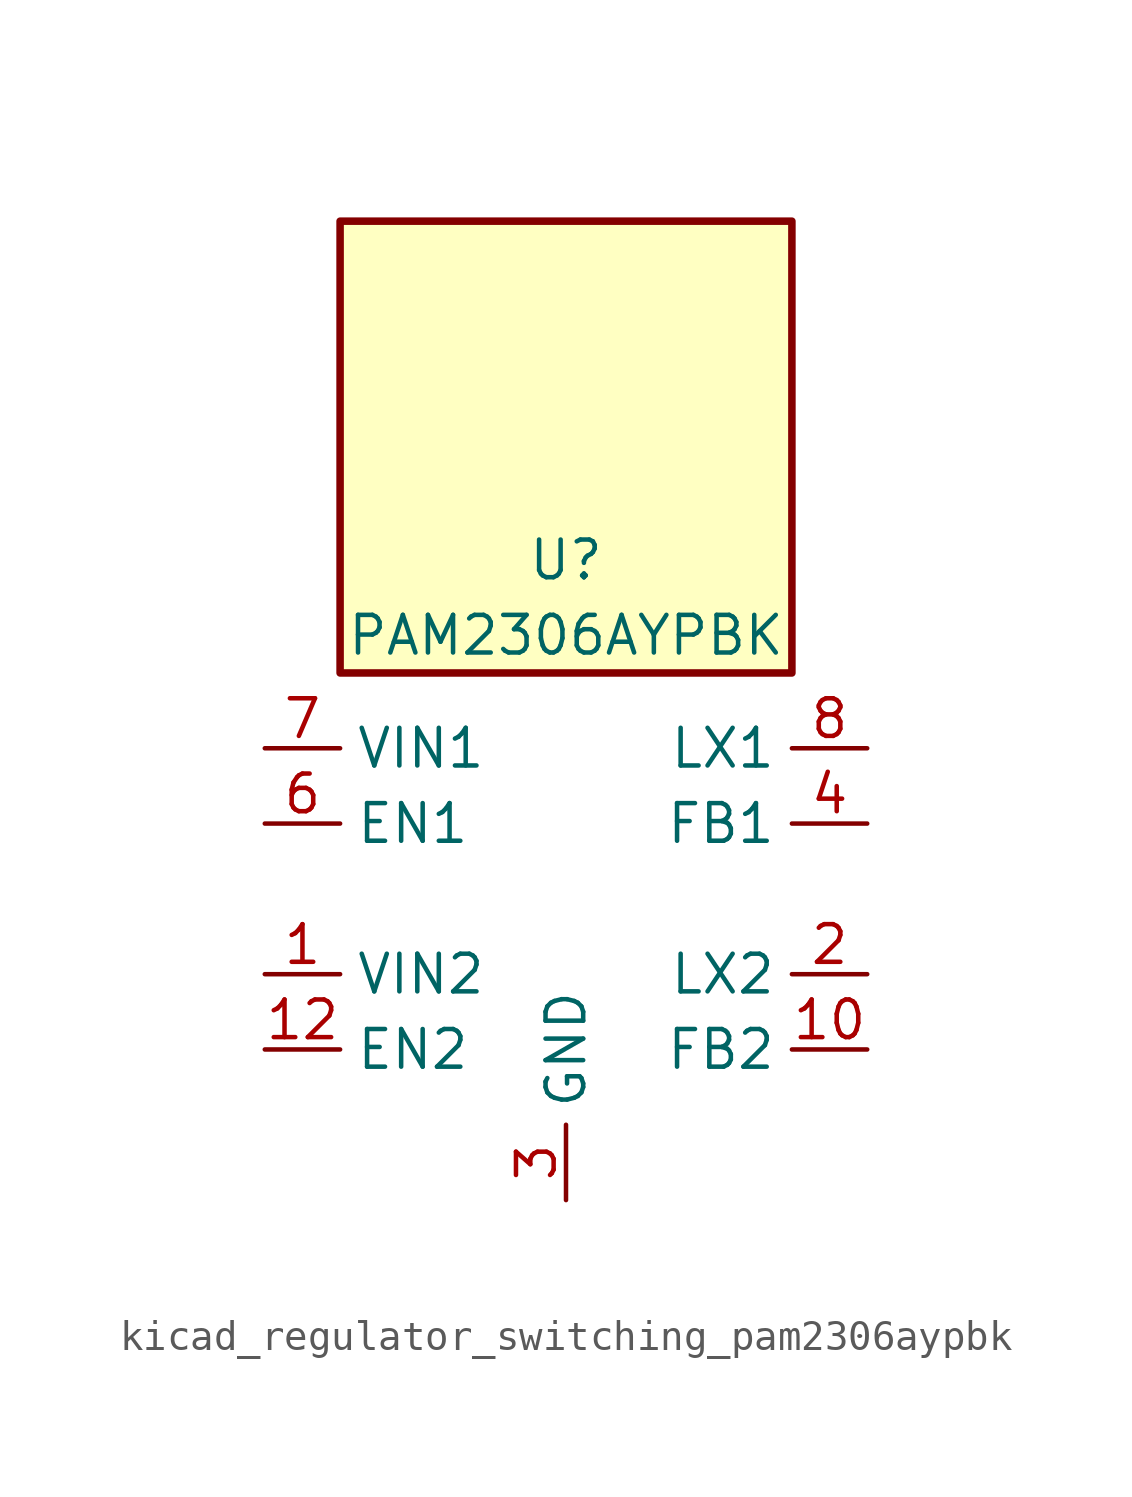
<source format=kicad_sym>
(kicad_symbol_lib
  (version 20220914)
  (generator kicad_symbol_editor)
  (symbol "kicad_regulator_switching_pam2306aypbk"
    (property "Reference" "U"
      (at 0 11.43 0)
      (effects (font (size 1.27 1.27))))
    (property "Value" "PAM2306AYPBK"
      (at 0 8.89 0)
      (effects (font (size 1.27 1.27))))
    (symbol "kicad_regulator_switching_pam2306aypbk_0_1"
      (rectangle (start 7.62 22.86) (end -7.62 7.62) (stroke (width 0.254) (type default)) (fill (type background))))
    (symbol "kicad_regulator_switching_pam2306aypbk_1_1"
      (pin power_in line (at -10.16 -2.54 0) (length 2.54) (name "VIN2" (effects (font (size 1.27 1.27)))) (number "1" (effects (font (size 1.27 1.27)))))
      (pin input line (at 10.16 -5.08 180) (length 2.54) (name "FB2" (effects (font (size 1.27 1.27)))) (number "10" (effects (font (size 1.27 1.27)))))
      (pin no_connect line (at 7.62 0 180) (length 2.54) hide (name "NC2" (effects (font (size 1.27 1.27)))) (number "11" (effects (font (size 1.27 1.27)))))
      (pin input line (at -10.16 -5.08 0) (length 2.54) (name "EN2" (effects (font (size 1.27 1.27)))) (number "12" (effects (font (size 1.27 1.27)))))
      (pin passive line (at 0 -10.16 90) (length 2.54) hide (name "GND" (effects (font (size 1.27 1.27)))) (number "13" (effects (font (size 1.27 1.27)))))
      (pin output line (at 10.16 -2.54 180) (length 2.54) (name "LX2" (effects (font (size 1.27 1.27)))) (number "2" (effects (font (size 1.27 1.27)))))
      (pin power_in line (at 0 -10.16 90) (length 2.54) (name "GND" (effects (font (size 1.27 1.27)))) (number "3" (effects (font (size 1.27 1.27)))))
      (pin input line (at 10.16 2.54 180) (length 2.54) (name "FB1" (effects (font (size 1.27 1.27)))) (number "4" (effects (font (size 1.27 1.27)))))
      (pin no_connect line (at -7.62 0 0) (length 2.54) hide (name "NC1" (effects (font (size 1.27 1.27)))) (number "5" (effects (font (size 1.27 1.27)))))
      (pin input line (at -10.16 2.54 0) (length 2.54) (name "EN1" (effects (font (size 1.27 1.27)))) (number "6" (effects (font (size 1.27 1.27)))))
      (pin power_in line (at -10.16 5.08 0) (length 2.54) (name "VIN1" (effects (font (size 1.27 1.27)))) (number "7" (effects (font (size 1.27 1.27)))))
      (pin output line (at 10.16 5.08 180) (length 2.54) (name "LX1" (effects (font (size 1.27 1.27)))) (number "8" (effects (font (size 1.27 1.27)))))
      (pin passive line (at 0 -10.16 90) (length 2.54) hide (name "GND" (effects (font (size 1.27 1.27)))) (number "9" (effects (font (size 1.27 1.27))))))))
</source>
